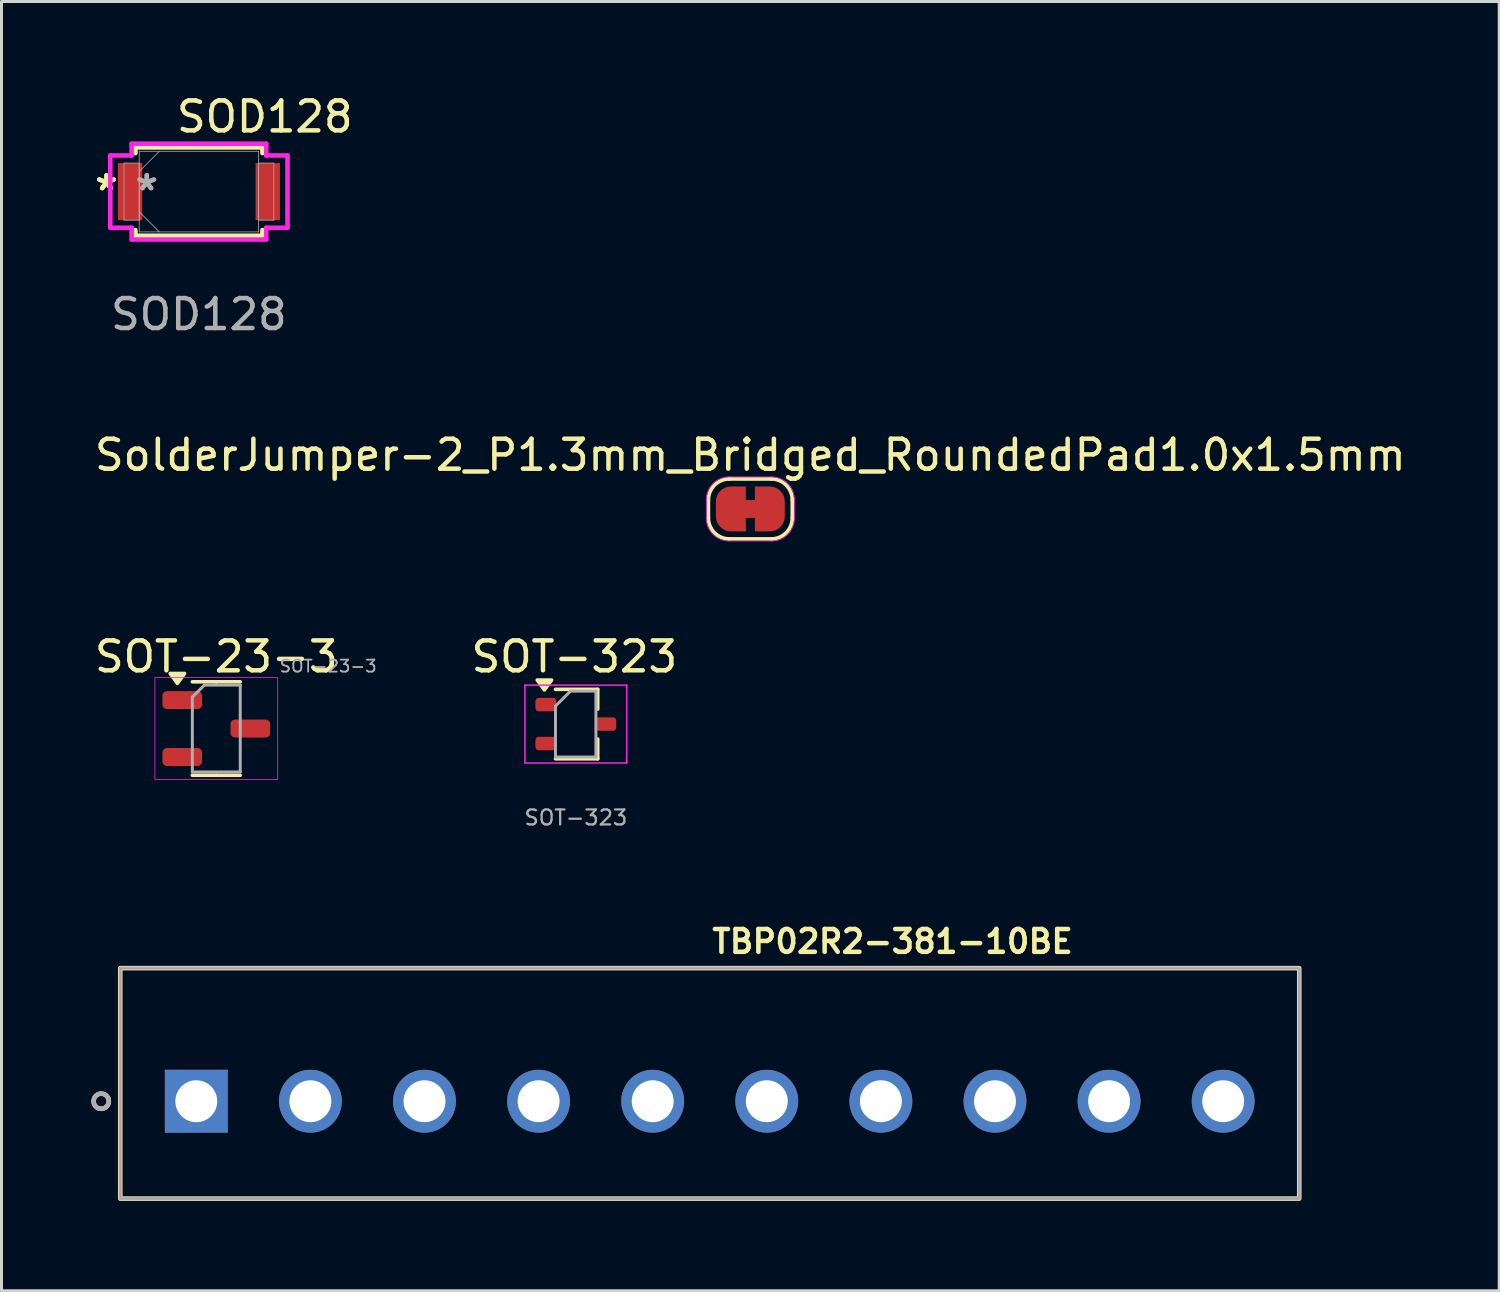
<source format=kicad_pcb>
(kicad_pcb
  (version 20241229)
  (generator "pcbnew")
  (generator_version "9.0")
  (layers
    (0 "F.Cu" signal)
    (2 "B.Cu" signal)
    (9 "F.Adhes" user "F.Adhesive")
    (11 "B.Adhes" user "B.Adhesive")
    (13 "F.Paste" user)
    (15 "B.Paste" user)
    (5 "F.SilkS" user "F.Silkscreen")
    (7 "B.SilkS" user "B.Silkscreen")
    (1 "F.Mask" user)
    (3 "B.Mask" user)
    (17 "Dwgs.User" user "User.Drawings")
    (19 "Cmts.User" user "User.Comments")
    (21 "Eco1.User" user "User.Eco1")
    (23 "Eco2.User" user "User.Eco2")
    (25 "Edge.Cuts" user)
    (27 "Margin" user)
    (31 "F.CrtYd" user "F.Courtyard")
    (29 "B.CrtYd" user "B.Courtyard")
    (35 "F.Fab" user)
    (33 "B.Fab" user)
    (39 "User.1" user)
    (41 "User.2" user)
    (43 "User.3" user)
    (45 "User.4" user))
  (footprint "TBP02R2-381-10BE"
    (layer "F.Cu")
    (at 20.65 33.723)
    (property "Reference" "TBP02R2-381-10BE" (at 0 -5.334 0) (layer "F.SilkS") (effects (font (size 0.762 0.762) (thickness 0.152)) (justify left)))
    (attr through_hole)
    (fp_rect (start -19.685 -4.445) (end 19.685 3.251) (stroke (width 0.152) (type default)) (fill no) (layer "F.SilkS"))
    (fp_circle (center -20.32 0) (end -20.066 0) (stroke (width 0.152) (type solid)) (fill no) (layer "F.SilkS"))
    (fp_rect (start -19.685 -4.445) (end 19.685 3.251) (stroke (width 0.006) (type default)) (fill no) (layer "F.CrtYd"))
    (fp_rect (start -19.685 -4.445) (end 19.685 3.251) (stroke (width 0.1) (type default)) (fill no) (layer "F.Fab"))
    (fp_circle (center -20.32 0) (end -20.066 0) (stroke (width 0.152) (type solid)) (fill no) (layer "F.Fab"))
    (pad "1" thru_hole rect (at -17.145 0) (size 2.1 2.1) (drill 1.4) (layers "*.Cu" "*.Mask"))
    (pad "2" thru_hole circle (at -13.335 0) (size 2.1 2.1) (drill 1.4) (layers "*.Cu" "*.Mask"))
    (pad "3" thru_hole circle (at -9.525 0) (size 2.1 2.1) (drill 1.4) (layers "*.Cu" "*.Mask"))
    (pad "4" thru_hole circle (at -5.715 0) (size 2.1 2.1) (drill 1.4) (layers "*.Cu" "*.Mask"))
    (pad "5" thru_hole circle (at -1.905 0) (size 2.1 2.1) (drill 1.4) (layers "*.Cu" "*.Mask"))
    (pad "6" thru_hole circle (at 1.905 0) (size 2.1 2.1) (drill 1.4) (layers "*.Cu" "*.Mask"))
    (pad "7" thru_hole circle (at 5.715 0) (size 2.1 2.1) (drill 1.4) (layers "*.Cu" "*.Mask"))
    (pad "8" thru_hole circle (at 9.525 0) (size 2.1 2.1) (drill 1.4) (layers "*.Cu" "*.Mask"))
    (pad "9" thru_hole circle (at 13.335 0) (size 2.1 2.1) (drill 1.4) (layers "*.Cu" "*.Mask"))
    (pad "10" thru_hole circle (at 17.145 0) (size 2.1 2.1) (drill 1.4) (layers "*.Cu" "*.Mask")))
  (footprint "SOT-23-3"
    (layer "F.Cu")
    (at 4.173 21.278)
    (property "Reference" "SOT-23-3" (at 0 -2.4 0) (layer "F.SilkS") (effects (font (size 1 1) (thickness 0.15))))
    (attr smd)
    (fp_line (start 0 -1.56) (end -0.8 -1.56) (stroke (width 0.12) (type solid)) (layer "F.SilkS"))
    (fp_line (start 0 -1.56) (end 0.8 -1.56) (stroke (width 0.12) (type solid)) (layer "F.SilkS"))
    (fp_line (start 0 1.56) (end -0.8 1.56) (stroke (width 0.12) (type solid)) (layer "F.SilkS"))
    (fp_line (start 0 1.56) (end 0.8 1.56) (stroke (width 0.12) (type solid)) (layer "F.SilkS"))
    (fp_poly (pts (xy -1.3 -1.51) (xy -1.54 -1.84) (xy -1.06 -1.84) (xy -1.3 -1.51)) (stroke (width 0.12) (type solid)) (fill yes) (layer "F.SilkS"))
    (fp_poly (pts (xy -2.05 -1.7) (xy 2.05 -1.7) (xy 2.05 1.7) (xy -2.05 1.7)) (stroke (width 0.025) (type solid)) (fill no) (layer "F.CrtYd"))
    (fp_line (start -0.8 -1.05) (end -0.4 -1.45) (stroke (width 0.1) (type solid)) (layer "F.Fab"))
    (fp_line (start -0.8 1.45) (end -0.8 -1.05) (stroke (width 0.1) (type solid)) (layer "F.Fab"))
    (fp_line (start -0.4 -1.45) (end 0.8 -1.45) (stroke (width 0.1) (type solid)) (layer "F.Fab"))
    (fp_line (start 0.8 -1.45) (end 0.8 1.45) (stroke (width 0.1) (type solid)) (layer "F.Fab"))
    (fp_line (start 0.8 1.45) (end -0.8 1.45) (stroke (width 0.1) (type solid)) (layer "F.Fab"))
    (fp_text user "${REFERENCE}" (at 3.734 -2.083 0) (layer "F.Fab") (effects (font (size 0.4 0.4) (thickness 0.06))))
    (pad "1" smd roundrect (at -1.137 -0.95) (size 1.325 0.6) (layers "F.Cu" "F.Mask" "F.Paste") (roundrect_rratio 0.25))
    (pad "2" smd roundrect (at -1.137 0.95) (size 1.325 0.6) (layers "F.Cu" "F.Mask" "F.Paste") (roundrect_rratio 0.25))
    (pad "3" smd roundrect (at 1.137 0) (size 1.325 0.6) (layers "F.Cu" "F.Mask" "F.Paste") (roundrect_rratio 0.25)))
  (footprint "SOD128"
    (layer "F.Cu")
    (at 3.592 3.348)
    (property "Reference" "SOD128" (at 2.2 -2.5 0) (unlocked yes) (layer "F.SilkS") (effects (font (size 1 1) (thickness 0.15))))
    (attr smd)
    (fp_line (start -2.121 -1.473) (end -2.121 -1.285) (stroke (width 0.152) (type solid)) (layer "F.SilkS"))
    (fp_line (start -2.121 1.285) (end -2.121 1.473) (stroke (width 0.152) (type solid)) (layer "F.SilkS"))
    (fp_line (start -2.121 1.473) (end 2.121 1.473) (stroke (width 0.152) (type solid)) (layer "F.SilkS"))
    (fp_line (start 2.121 -1.473) (end -2.121 -1.473) (stroke (width 0.152) (type solid)) (layer "F.SilkS"))
    (fp_line (start 2.121 -1.285) (end 2.121 -1.473) (stroke (width 0.152) (type solid)) (layer "F.SilkS"))
    (fp_line (start 2.121 1.473) (end 2.121 1.285) (stroke (width 0.152) (type solid)) (layer "F.SilkS"))
    (fp_line (start -2.959 -1.206) (end -2.248 -1.206) (stroke (width 0.152) (type solid)) (layer "F.CrtYd"))
    (fp_line (start -2.959 1.206) (end -2.959 -1.206) (stroke (width 0.152) (type solid)) (layer "F.CrtYd"))
    (fp_line (start -2.248 -1.6) (end 2.248 -1.6) (stroke (width 0.152) (type solid)) (layer "F.CrtYd"))
    (fp_line (start -2.248 -1.206) (end -2.248 -1.6) (stroke (width 0.152) (type solid)) (layer "F.CrtYd"))
    (fp_line (start -2.248 1.206) (end -2.959 1.206) (stroke (width 0.152) (type solid)) (layer "F.CrtYd"))
    (fp_line (start -2.248 1.6) (end -2.248 1.206) (stroke (width 0.152) (type solid)) (layer "F.CrtYd"))
    (fp_line (start 2.248 -1.6) (end 2.248 -1.206) (stroke (width 0.152) (type solid)) (layer "F.CrtYd"))
    (fp_line (start 2.248 -1.206) (end 2.959 -1.206) (stroke (width 0.152) (type solid)) (layer "F.CrtYd"))
    (fp_line (start 2.248 1.206) (end 2.248 1.6) (stroke (width 0.152) (type solid)) (layer "F.CrtYd"))
    (fp_line (start 2.248 1.6) (end -2.248 1.6) (stroke (width 0.152) (type solid)) (layer "F.CrtYd"))
    (fp_line (start 2.959 -1.206) (end 2.959 1.206) (stroke (width 0.152) (type solid)) (layer "F.CrtYd"))
    (fp_line (start 2.959 1.206) (end 2.248 1.206) (stroke (width 0.152) (type solid)) (layer "F.CrtYd"))
    (fp_line (start -2.502 -0.953) (end -2.502 0.953) (stroke (width 0.025) (type solid)) (layer "F.Fab"))
    (fp_line (start -2.502 0.953) (end -1.994 0.953) (stroke (width 0.025) (type solid)) (layer "F.Fab"))
    (fp_line (start -1.994 -1.346) (end -1.994 1.346) (stroke (width 0.025) (type solid)) (layer "F.Fab"))
    (fp_line (start -1.994 -0.953) (end -2.502 -0.953) (stroke (width 0.025) (type solid)) (layer "F.Fab"))
    (fp_line (start -1.994 -0.673) (end -1.321 -1.346) (stroke (width 0.025) (type solid)) (layer "F.Fab"))
    (fp_line (start -1.994 0.673) (end -1.321 1.346) (stroke (width 0.025) (type solid)) (layer "F.Fab"))
    (fp_line (start -1.994 0.953) (end -1.994 -0.953) (stroke (width 0.025) (type solid)) (layer "F.Fab"))
    (fp_line (start -1.994 1.346) (end 1.994 1.346) (stroke (width 0.025) (type solid)) (layer "F.Fab"))
    (fp_line (start 1.994 -1.346) (end -1.994 -1.346) (stroke (width 0.025) (type solid)) (layer "F.Fab"))
    (fp_line (start 1.994 -0.953) (end 1.994 0.953) (stroke (width 0.025) (type solid)) (layer "F.Fab"))
    (fp_line (start 1.994 0.953) (end 2.502 0.953) (stroke (width 0.025) (type solid)) (layer "F.Fab"))
    (fp_line (start 1.994 1.346) (end 1.994 -1.346) (stroke (width 0.025) (type solid)) (layer "F.Fab"))
    (fp_line (start 2.502 -0.953) (end 1.994 -0.953) (stroke (width 0.025) (type solid)) (layer "F.Fab"))
    (fp_line (start 2.502 0.953) (end 2.502 -0.953) (stroke (width 0.025) (type solid)) (layer "F.Fab"))
    (fp_text user "*" (at -3.086 0 0) (unlocked yes) (layer "F.SilkS") (effects (font (size 1 1) (thickness 0.15))))
    (fp_text user "*" (at -3.086 0 0) (layer "F.SilkS") (effects (font (size 1 1) (thickness 0.15))))
    (fp_text user "*" (at -1.74 0 0) (layer "F.Fab") (effects (font (size 1 1) (thickness 0.15))))
    (fp_text user "${REFERENCE}" (at 0 4.1 0) (unlocked yes) (layer "F.Fab") (effects (font (size 1 1) (thickness 0.15))))
    (fp_text user "*" (at -1.74 0 0) (unlocked yes) (layer "F.Fab") (effects (font (size 1 1) (thickness 0.15))))
    (pad "1" smd rect (at -2.299 0) (size 0.813 1.905) (layers "F.Cu" "F.Mask" "F.Paste"))
    (pad "2" smd rect (at 2.299 0) (size 0.813 1.905) (layers "F.Cu" "F.Mask" "F.Paste"))
    (zone (net_name "") (layer "F.Cu") (hatch full 0.508) (connect_pads) (min_thickness 0.254) (filled_areas_thickness no) (keepout (tracks not_allowed) (vias not_allowed) (pads allowed) (copperpour not_allowed) (footprints allowed)) (placement (enabled no)) (fill) (polygon (pts (xy 1.751 2.053) (xy 5.434 2.053) (xy 5.434 4.644) (xy 1.751 4.644)))))
  (footprint "SolderJumper-2_P1.3mm_Bridged_RoundedPad1.0x1.5mm"
    (layer "F.Cu")
    (at 22.006 13.945)
    (property "Reference" "SolderJumper-2_P1.3mm_Bridged_RoundedPad1.0x1.5mm" (at 0 -1.8 0) (layer "F.SilkS") (effects (font (size 1 1) (thickness 0.15))))
    (attr exclude_from_pos_files exclude_from_bom)
    (fp_poly (pts (xy 0.25 -0.3) (xy -0.25 -0.3) (xy -0.25 0.3) (xy 0.25 0.3)) (stroke (width 0) (type solid)) (fill yes) (layer "F.Cu"))
    (fp_line (start -1.4 0.3) (end -1.4 -0.3) (stroke (width 0.12) (type solid)) (layer "F.SilkS"))
    (fp_line (start -0.7 -1) (end 0.7 -1) (stroke (width 0.12) (type solid)) (layer "F.SilkS"))
    (fp_line (start 0.7 1) (end -0.7 1) (stroke (width 0.12) (type solid)) (layer "F.SilkS"))
    (fp_line (start 1.4 -0.3) (end 1.4 0.3) (stroke (width 0.12) (type solid)) (layer "F.SilkS"))
    (fp_arc (start -1.4 -0.3) (mid -1.194975 -0.794975) (end -0.7 -1) (stroke (width 0.12) (type solid)) (layer "F.SilkS"))
    (fp_arc (start -0.7 1) (mid -1.194975 0.794975) (end -1.4 0.3) (stroke (width 0.12) (type solid)) (layer "F.SilkS"))
    (fp_arc (start 0.7 -1) (mid 1.194975 -0.794975) (end 1.4 -0.3) (stroke (width 0.12) (type solid)) (layer "F.SilkS"))
    (fp_arc (start 1.4 0.3) (mid 1.194975 0.794975) (end 0.7 1) (stroke (width 0.12) (type solid)) (layer "F.SilkS"))
    (fp_line (start -1.472 0.31) (end -1.472 -0.31) (stroke (width 0.025) (type default)) (layer "F.CrtYd"))
    (fp_line (start -0.71 -1.072) (end 0.71 -1.072) (stroke (width 0.025) (type default)) (layer "F.CrtYd"))
    (fp_line (start 0.71 1.072) (end -0.71 1.072) (stroke (width 0.025) (type default)) (layer "F.CrtYd"))
    (fp_line (start 1.472 -0.31) (end 1.472 0.31) (stroke (width 0.025) (type default)) (layer "F.CrtYd"))
    (fp_arc (start -1.4722 -0.3102) (mid -1.249015 -0.849015) (end -0.7102 -1.0722) (stroke (width 0.0254) (type default)) (layer "F.CrtYd"))
    (fp_arc (start -0.7102 1.0722) (mid -1.249015 0.849015) (end -1.4722 0.3102) (stroke (width 0.0254) (type default)) (layer "F.CrtYd"))
    (fp_arc (start 0.7102 -1.0722) (mid 1.249015 -0.849015) (end 1.4722 -0.3102) (stroke (width 0.0254) (type default)) (layer "F.CrtYd"))
    (fp_arc (start 1.4722 0.3102) (mid 1.249015 0.849015) (end 0.7102 1.0722) (stroke (width 0.0254) (type default)) (layer "F.CrtYd"))
    (pad "1" smd custom (at -0.65 0) (size 1 0.5) (layers "F.Cu" "F.Mask") (options (anchor rect)) (primitives (gr_circle (center 0 0.25) (end 0.5 0.25) (width 0) (fill yes)) (gr_circle (center 0 -0.25) (end 0.5 -0.25) (width 0) (fill yes)) (gr_poly (pts (xy 0.5 0.75) (xy 0 0.75) (xy 0 -0.75) (xy 0.5 -0.75)) (width 0) (fill yes))))
    (pad "2" smd custom (at 0.65 0) (size 1 0.5) (layers "F.Cu" "F.Mask") (options (anchor rect)) (primitives (gr_circle (center 0 0.25) (end 0.5 0.25) (width 0) (fill yes)) (gr_circle (center 0 -0.25) (end 0.5 -0.25) (width 0) (fill yes)) (gr_poly (pts (xy 0 0.75) (xy -0.5 0.75) (xy -0.5 -0.75) (xy 0 -0.75)) (width 0) (fill yes)))))
  (footprint "SOT-323"
    (layer "F.Cu")
    (at 16.179 21.128)
    (property "Reference" "SOT-323" (at -0.05 -2.25 0) (layer "F.SilkS") (effects (font (size 1 1) (thickness 0.15))))
    (attr smd)
    (fp_line (start -0.68 -1.16) (end 0.73 -1.16) (stroke (width 0.12) (type solid)) (layer "F.SilkS"))
    (fp_line (start -0.68 1.16) (end 0.73 1.16) (stroke (width 0.12) (type solid)) (layer "F.SilkS"))
    (fp_line (start 0.73 -1.16) (end 0.73 -0.5) (stroke (width 0.12) (type solid)) (layer "F.SilkS"))
    (fp_line (start 0.73 0.5) (end 0.73 1.16) (stroke (width 0.12) (type solid)) (layer "F.SilkS"))
    (fp_poly (pts (xy -1.05 -1.14) (xy -1.29 -1.47) (xy -0.81 -1.47) (xy -1.05 -1.14)) (stroke (width 0.12) (type solid)) (fill yes) (layer "F.SilkS"))
    (fp_line (start -1.7 -1.3) (end 1.7 -1.3) (stroke (width 0.05) (type solid)) (layer "F.CrtYd"))
    (fp_line (start -1.7 1.3) (end -1.7 -1.3) (stroke (width 0.05) (type solid)) (layer "F.CrtYd"))
    (fp_line (start 1.7 -1.3) (end 1.7 1.3) (stroke (width 0.05) (type solid)) (layer "F.CrtYd"))
    (fp_line (start 1.7 1.3) (end -1.7 1.3) (stroke (width 0.05) (type solid)) (layer "F.CrtYd"))
    (fp_line (start -0.68 -0.6) (end -0.68 1.1) (stroke (width 0.1) (type solid)) (layer "F.Fab"))
    (fp_line (start -0.18 -1.1) (end -0.68 -0.6) (stroke (width 0.1) (type solid)) (layer "F.Fab"))
    (fp_line (start 0.67 -1.1) (end -0.18 -1.1) (stroke (width 0.1) (type solid)) (layer "F.Fab"))
    (fp_line (start 0.67 -1.1) (end 0.67 1.1) (stroke (width 0.1) (type solid)) (layer "F.Fab"))
    (fp_line (start 0.67 1.1) (end -0.68 1.1) (stroke (width 0.1) (type solid)) (layer "F.Fab"))
    (fp_text user "${REFERENCE}" (at 0 3.124 180) (layer "F.Fab") (effects (font (size 0.5 0.5) (thickness 0.075))))
    (pad "1" smd roundrect (at -1 -0.65 270) (size 0.45 0.7) (layers "F.Cu" "F.Mask" "F.Paste") (roundrect_rratio 0.25))
    (pad "2" smd roundrect (at -1 0.65 270) (size 0.45 0.7) (layers "F.Cu" "F.Mask" "F.Paste") (roundrect_rratio 0.25))
    (pad "3" smd roundrect (at 1 0 270) (size 0.45 0.7) (layers "F.Cu" "F.Mask" "F.Paste") (roundrect_rratio 0.25)))
  (gr_rect
    (start -3 -3)
    (end 47.012 40.051)
    (stroke (width 0.1) (type default))
    (fill no)
    (layer "Edge.Cuts")))
</source>
